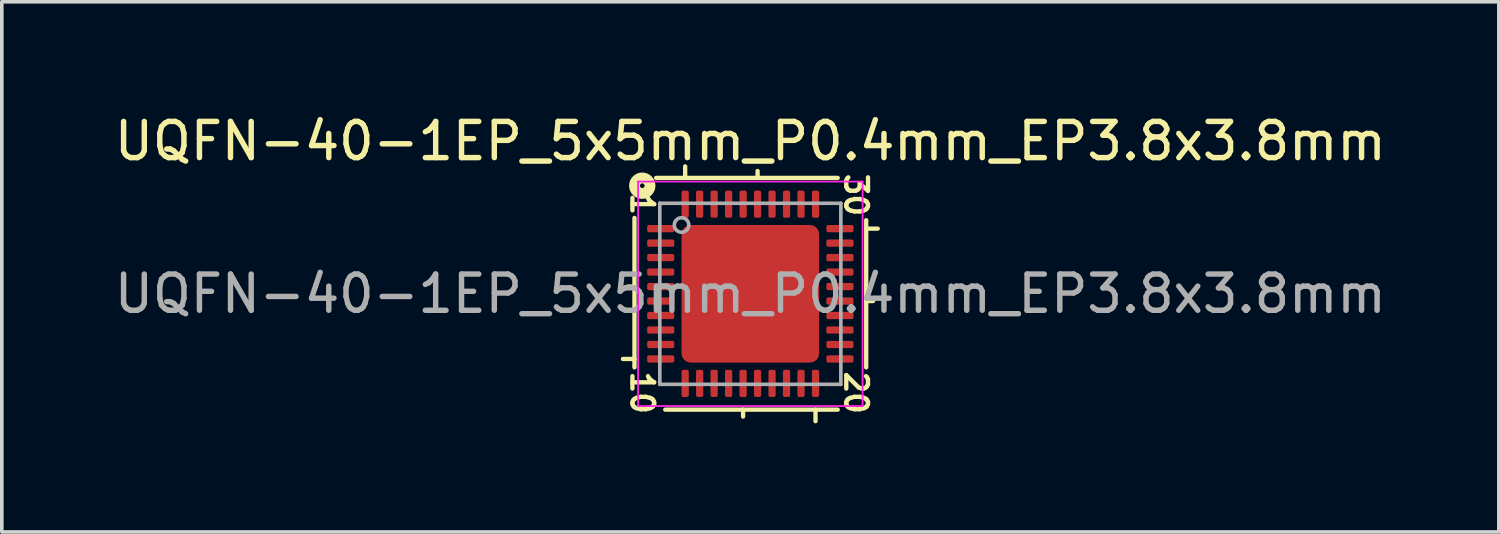
<source format=kicad_pcb>
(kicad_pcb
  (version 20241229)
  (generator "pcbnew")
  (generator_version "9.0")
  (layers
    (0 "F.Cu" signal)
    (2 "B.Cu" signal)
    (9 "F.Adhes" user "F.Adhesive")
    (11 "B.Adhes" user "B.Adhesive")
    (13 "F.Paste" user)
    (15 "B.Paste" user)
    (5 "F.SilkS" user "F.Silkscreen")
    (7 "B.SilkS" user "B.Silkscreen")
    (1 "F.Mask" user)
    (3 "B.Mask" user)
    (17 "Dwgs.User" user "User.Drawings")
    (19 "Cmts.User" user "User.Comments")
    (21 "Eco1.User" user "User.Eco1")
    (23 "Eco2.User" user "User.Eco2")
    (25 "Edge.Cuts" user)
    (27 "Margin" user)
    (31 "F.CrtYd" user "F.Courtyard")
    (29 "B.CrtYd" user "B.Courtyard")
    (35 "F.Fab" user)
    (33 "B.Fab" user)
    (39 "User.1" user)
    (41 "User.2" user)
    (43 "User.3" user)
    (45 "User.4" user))
  (footprint "UQFN-40-1EP_5x5mm_P0.4mm_EP3.8x3.8mm"
    (layer "F.Cu")
    (at 17.673 5.064)
    (property "Reference" "UQFN-40-1EP_5x5mm_P0.4mm_EP3.8x3.8mm" (at 0 -4.216 0) (layer "F.SilkS") (effects (font (size 1 1) (thickness 0.15))))
    (attr smd)
    (fp_line (start -3.2 -2.095) (end -3.2 2.032) (stroke (width 0.12) (type solid)) (layer "F.SilkS"))
    (fp_line (start -3.2 -0.2) (end -3.39 -0.2) (stroke (width 0.12) (type solid)) (layer "F.SilkS"))
    (fp_line (start -3.2 1.8) (end -3.518 1.8) (stroke (width 0.12) (type solid)) (layer "F.SilkS"))
    (fp_line (start -2.349 3.2) (end 2.413 3.2) (stroke (width 0.12) (type solid)) (layer "F.SilkS"))
    (fp_line (start -1.8 -3.2) (end -1.8 -3.518) (stroke (width 0.12) (type solid)) (layer "F.SilkS"))
    (fp_line (start -0.2 3.2) (end -0.2 3.39) (stroke (width 0.12) (type solid)) (layer "F.SilkS"))
    (fp_line (start 0.2 -3.2) (end 0.2 -3.39) (stroke (width 0.12) (type solid)) (layer "F.SilkS"))
    (fp_line (start 1.8 3.2) (end 1.8 3.518) (stroke (width 0.12) (type solid)) (layer "F.SilkS"))
    (fp_line (start 2.413 -3.2) (end -2.603 -3.2) (stroke (width 0.12) (type solid)) (layer "F.SilkS"))
    (fp_line (start 3.2 -1.8) (end 3.518 -1.8) (stroke (width 0.12) (type solid)) (layer "F.SilkS"))
    (fp_line (start 3.2 0.2) (end 3.39 0.2) (stroke (width 0.12) (type solid)) (layer "F.SilkS"))
    (fp_line (start 3.2 2.032) (end 3.2 -2.032) (stroke (width 0.12) (type solid)) (layer "F.SilkS"))
    (fp_circle (center -2.985 -2.985) (end -2.921 -2.985) (stroke (width 0.3) (type solid)) (fill no) (layer "F.SilkS"))
    (fp_line (start -3.1 -3.1) (end -3.1 3.1) (stroke (width 0.05) (type solid)) (layer "F.CrtYd"))
    (fp_line (start -3.1 3.1) (end 3.1 3.1) (stroke (width 0.05) (type solid)) (layer "F.CrtYd"))
    (fp_line (start 3.1 -3.1) (end -3.1 -3.1) (stroke (width 0.05) (type solid)) (layer "F.CrtYd"))
    (fp_line (start 3.1 3.1) (end 3.1 -3.1) (stroke (width 0.05) (type solid)) (layer "F.CrtYd"))
    (fp_line (start -2.5 -2.5) (end 2.5 -2.5) (stroke (width 0.1) (type solid)) (layer "F.Fab"))
    (fp_line (start -2.5 2.5) (end -2.5 -2.5) (stroke (width 0.1) (type solid)) (layer "F.Fab"))
    (fp_line (start 2.5 -2.5) (end 2.5 2.5) (stroke (width 0.1) (type solid)) (layer "F.Fab"))
    (fp_line (start 2.5 2.5) (end -2.5 2.5) (stroke (width 0.1) (type solid)) (layer "F.Fab"))
    (fp_circle (center -1.9 -1.9) (end -1.7 -1.9) (stroke (width 0.1) (type solid)) (fill no) (layer "F.Fab"))
    (fp_text user "10" (at -2.985 2.731 270) (unlocked yes) (layer "F.SilkS") (effects (font (size 0.6 0.6) (thickness 0.12))))
    (fp_text user "20" (at 2.921 2.731 270) (unlocked yes) (layer "F.SilkS") (effects (font (size 0.6 0.6) (thickness 0.12))))
    (fp_text user "1" (at -2.985 -2.477 270) (unlocked yes) (layer "F.SilkS") (effects (font (size 0.6 0.6) (thickness 0.12))))
    (fp_text user "30" (at 2.921 -2.731 270) (unlocked yes) (layer "F.SilkS") (effects (font (size 0.6 0.6) (thickness 0.12))))
    (fp_text user "${REFERENCE}" (at 0 0 0) (layer "F.Fab") (effects (font (size 1 1) (thickness 0.15))))
    (pad "" smd roundrect (at -1.27 -1.27) (size 1.02 1.02) (layers "F.Paste") (roundrect_rratio 0.245))
    (pad "" smd roundrect (at -1.27 0) (size 1.02 1.02) (layers "F.Paste") (roundrect_rratio 0.245))
    (pad "" smd roundrect (at -1.27 1.27) (size 1.02 1.02) (layers "F.Paste") (roundrect_rratio 0.245))
    (pad "" smd roundrect (at 0 -1.27) (size 1.02 1.02) (layers "F.Paste") (roundrect_rratio 0.245))
    (pad "" smd roundrect (at 0 0) (size 1.02 1.02) (layers "F.Paste") (roundrect_rratio 0.245))
    (pad "" smd roundrect (at 0 1.27) (size 1.02 1.02) (layers "F.Paste") (roundrect_rratio 0.245))
    (pad "" smd roundrect (at 1.27 -1.27) (size 1.02 1.02) (layers "F.Paste") (roundrect_rratio 0.245))
    (pad "" smd roundrect (at 1.27 0) (size 1.02 1.02) (layers "F.Paste") (roundrect_rratio 0.245))
    (pad "" smd roundrect (at 1.27 1.27) (size 1.02 1.02) (layers "F.Paste") (roundrect_rratio 0.245))
    (pad "1" smd roundrect (at -2.475 -1.8) (size 0.75 0.2) (layers "F.Cu" "F.Mask" "F.Paste") (roundrect_rratio 0.25))
    (pad "2" smd roundrect (at -2.475 -1.4) (size 0.75 0.2) (layers "F.Cu" "F.Mask" "F.Paste") (roundrect_rratio 0.25))
    (pad "3" smd roundrect (at -2.475 -1) (size 0.75 0.2) (layers "F.Cu" "F.Mask" "F.Paste") (roundrect_rratio 0.25))
    (pad "4" smd roundrect (at -2.475 -0.6) (size 0.75 0.2) (layers "F.Cu" "F.Mask" "F.Paste") (roundrect_rratio 0.25))
    (pad "5" smd roundrect (at -2.475 -0.2) (size 0.75 0.2) (layers "F.Cu" "F.Mask" "F.Paste") (roundrect_rratio 0.25))
    (pad "6" smd roundrect (at -2.475 0.2) (size 0.75 0.2) (layers "F.Cu" "F.Mask" "F.Paste") (roundrect_rratio 0.25))
    (pad "7" smd roundrect (at -2.475 0.6) (size 0.75 0.2) (layers "F.Cu" "F.Mask" "F.Paste") (roundrect_rratio 0.25))
    (pad "8" smd roundrect (at -2.475 1) (size 0.75 0.2) (layers "F.Cu" "F.Mask" "F.Paste") (roundrect_rratio 0.25))
    (pad "9" smd roundrect (at -2.475 1.4) (size 0.75 0.2) (layers "F.Cu" "F.Mask" "F.Paste") (roundrect_rratio 0.25))
    (pad "10" smd roundrect (at -2.475 1.8) (size 0.75 0.2) (layers "F.Cu" "F.Mask" "F.Paste") (roundrect_rratio 0.25))
    (pad "11" smd roundrect (at -1.8 2.475) (size 0.2 0.75) (layers "F.Cu" "F.Mask" "F.Paste") (roundrect_rratio 0.25))
    (pad "12" smd roundrect (at -1.4 2.475) (size 0.2 0.75) (layers "F.Cu" "F.Mask" "F.Paste") (roundrect_rratio 0.25))
    (pad "13" smd roundrect (at -1 2.475) (size 0.2 0.75) (layers "F.Cu" "F.Mask" "F.Paste") (roundrect_rratio 0.25))
    (pad "14" smd roundrect (at -0.6 2.475) (size 0.2 0.75) (layers "F.Cu" "F.Mask" "F.Paste") (roundrect_rratio 0.25))
    (pad "15" smd roundrect (at -0.2 2.475) (size 0.2 0.75) (layers "F.Cu" "F.Mask" "F.Paste") (roundrect_rratio 0.25))
    (pad "16" smd roundrect (at 0.2 2.475) (size 0.2 0.75) (layers "F.Cu" "F.Mask" "F.Paste") (roundrect_rratio 0.25))
    (pad "17" smd roundrect (at 0.6 2.475) (size 0.2 0.75) (layers "F.Cu" "F.Mask" "F.Paste") (roundrect_rratio 0.25))
    (pad "18" smd roundrect (at 1 2.475) (size 0.2 0.75) (layers "F.Cu" "F.Mask" "F.Paste") (roundrect_rratio 0.25))
    (pad "19" smd roundrect (at 1.4 2.475) (size 0.2 0.75) (layers "F.Cu" "F.Mask" "F.Paste") (roundrect_rratio 0.25))
    (pad "20" smd roundrect (at 1.8 2.475) (size 0.2 0.75) (layers "F.Cu" "F.Mask" "F.Paste") (roundrect_rratio 0.25))
    (pad "21" smd roundrect (at 2.475 1.8) (size 0.75 0.2) (layers "F.Cu" "F.Mask" "F.Paste") (roundrect_rratio 0.25))
    (pad "22" smd roundrect (at 2.475 1.4) (size 0.75 0.2) (layers "F.Cu" "F.Mask" "F.Paste") (roundrect_rratio 0.25))
    (pad "23" smd roundrect (at 2.475 1) (size 0.75 0.2) (layers "F.Cu" "F.Mask" "F.Paste") (roundrect_rratio 0.25))
    (pad "24" smd roundrect (at 2.475 0.6) (size 0.75 0.2) (layers "F.Cu" "F.Mask" "F.Paste") (roundrect_rratio 0.25))
    (pad "25" smd roundrect (at 2.475 0.2) (size 0.75 0.2) (layers "F.Cu" "F.Mask" "F.Paste") (roundrect_rratio 0.25))
    (pad "26" smd roundrect (at 2.475 -0.2) (size 0.75 0.2) (layers "F.Cu" "F.Mask" "F.Paste") (roundrect_rratio 0.25))
    (pad "27" smd roundrect (at 2.475 -0.6) (size 0.75 0.2) (layers "F.Cu" "F.Mask" "F.Paste") (roundrect_rratio 0.25))
    (pad "28" smd roundrect (at 2.475 -1) (size 0.75 0.2) (layers "F.Cu" "F.Mask" "F.Paste") (roundrect_rratio 0.25))
    (pad "29" smd roundrect (at 2.475 -1.4) (size 0.75 0.2) (layers "F.Cu" "F.Mask" "F.Paste") (roundrect_rratio 0.25))
    (pad "30" smd roundrect (at 2.475 -1.8) (size 0.75 0.2) (layers "F.Cu" "F.Mask" "F.Paste") (roundrect_rratio 0.25))
    (pad "31" smd roundrect (at 1.8 -2.475) (size 0.2 0.75) (layers "F.Cu" "F.Mask" "F.Paste") (roundrect_rratio 0.25))
    (pad "32" smd roundrect (at 1.4 -2.475) (size 0.2 0.75) (layers "F.Cu" "F.Mask" "F.Paste") (roundrect_rratio 0.25))
    (pad "33" smd roundrect (at 1 -2.475) (size 0.2 0.75) (layers "F.Cu" "F.Mask" "F.Paste") (roundrect_rratio 0.25))
    (pad "34" smd roundrect (at 0.6 -2.475) (size 0.2 0.75) (layers "F.Cu" "F.Mask" "F.Paste") (roundrect_rratio 0.25))
    (pad "35" smd roundrect (at 0.2 -2.475) (size 0.2 0.75) (layers "F.Cu" "F.Mask" "F.Paste") (roundrect_rratio 0.25))
    (pad "36" smd roundrect (at -0.2 -2.475) (size 0.2 0.75) (layers "F.Cu" "F.Mask" "F.Paste") (roundrect_rratio 0.25))
    (pad "37" smd roundrect (at -0.6 -2.475) (size 0.2 0.75) (layers "F.Cu" "F.Mask" "F.Paste") (roundrect_rratio 0.25))
    (pad "38" smd roundrect (at -1 -2.475) (size 0.2 0.75) (layers "F.Cu" "F.Mask" "F.Paste") (roundrect_rratio 0.25))
    (pad "39" smd roundrect (at -1.4 -2.475) (size 0.2 0.75) (layers "F.Cu" "F.Mask" "F.Paste") (roundrect_rratio 0.25))
    (pad "40" smd roundrect (at -1.8 -2.475) (size 0.2 0.75) (layers "F.Cu" "F.Mask" "F.Paste") (roundrect_rratio 0.25))
    (pad "41" smd roundrect (at 0 0) (size 3.8 3.8) (layers "F.Cu" "F.Mask") (roundrect_rratio 0.066)))
  (gr_rect
    (start -3 -3)
    (end 38.345 11.642)
    (stroke (width 0.1) (type default))
    (fill no)
    (layer "Edge.Cuts")))
</source>
